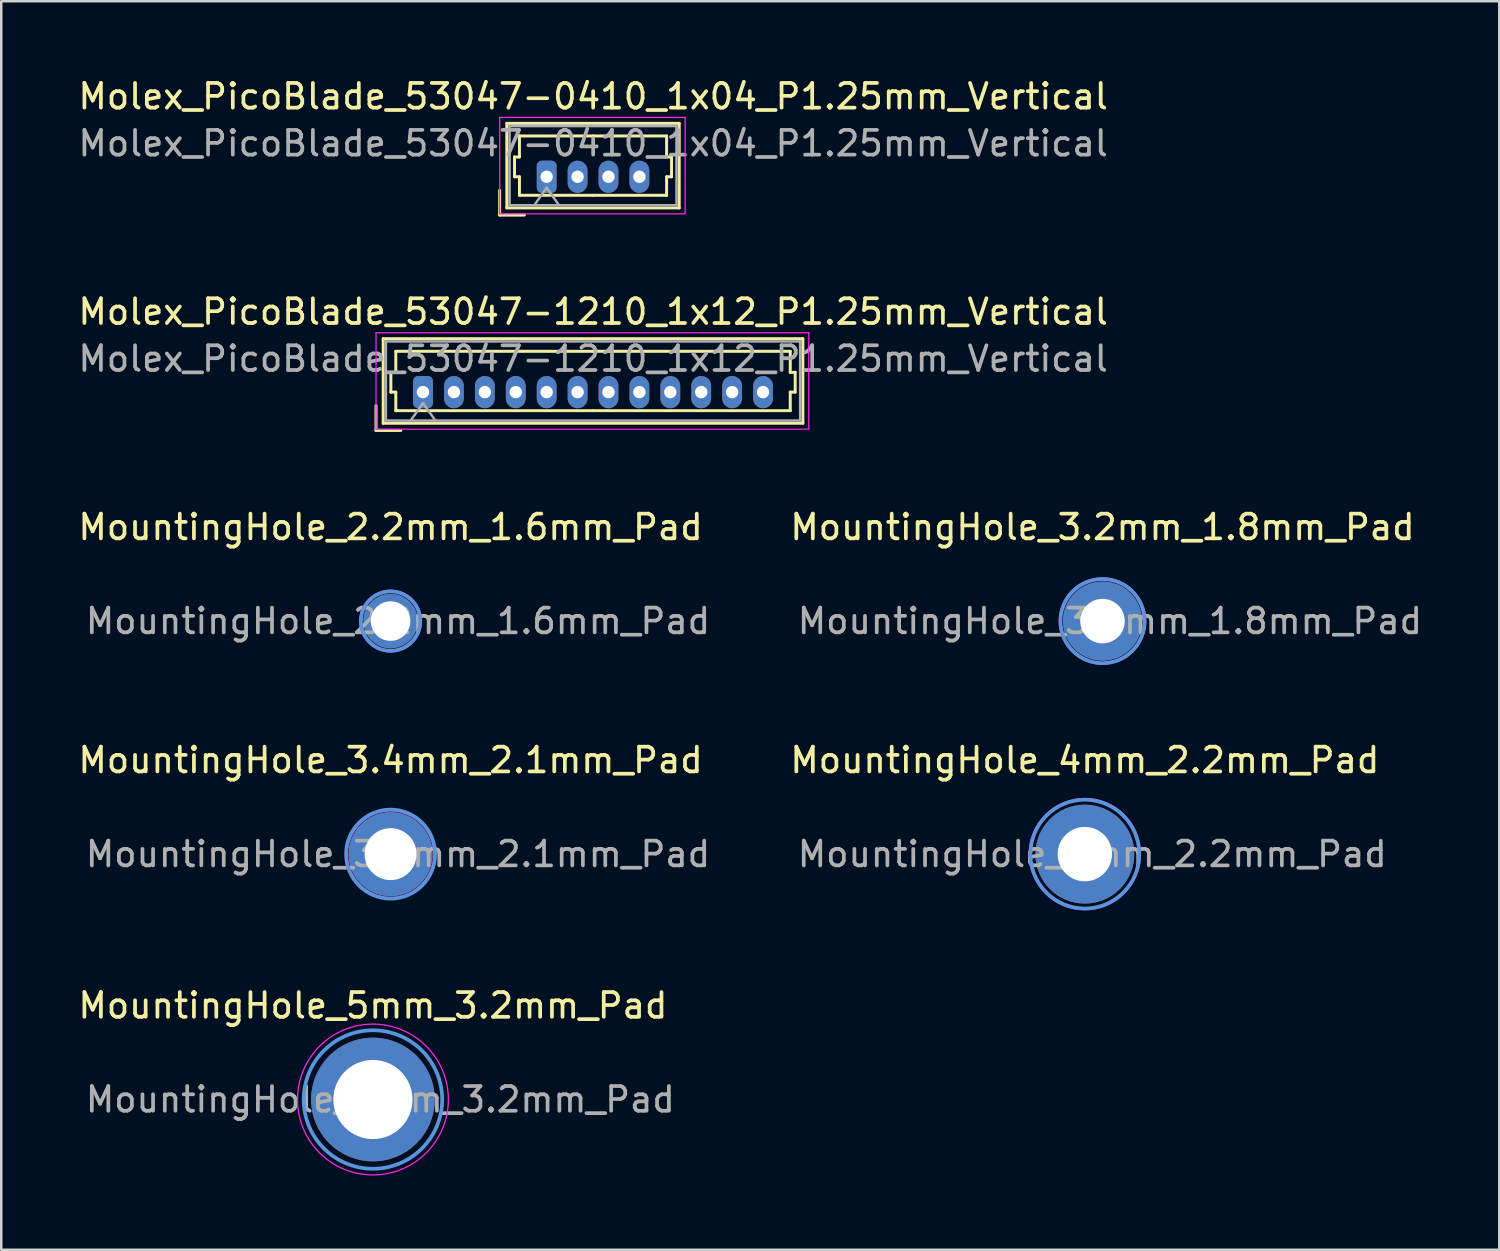
<source format=kicad_pcb>
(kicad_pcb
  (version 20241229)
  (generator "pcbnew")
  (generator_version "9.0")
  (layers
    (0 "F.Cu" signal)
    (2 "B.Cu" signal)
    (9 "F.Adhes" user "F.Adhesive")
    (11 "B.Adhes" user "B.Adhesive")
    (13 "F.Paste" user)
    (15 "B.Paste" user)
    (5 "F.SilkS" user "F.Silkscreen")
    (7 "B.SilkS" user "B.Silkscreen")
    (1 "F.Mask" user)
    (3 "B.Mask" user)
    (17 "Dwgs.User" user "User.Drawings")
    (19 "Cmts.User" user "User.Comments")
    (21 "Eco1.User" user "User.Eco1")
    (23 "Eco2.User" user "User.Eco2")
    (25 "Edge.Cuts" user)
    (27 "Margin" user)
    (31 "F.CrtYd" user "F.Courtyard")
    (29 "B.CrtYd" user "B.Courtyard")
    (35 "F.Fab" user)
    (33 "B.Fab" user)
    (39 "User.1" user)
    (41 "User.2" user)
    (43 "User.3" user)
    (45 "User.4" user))
  (footprint "Molex_PicoBlade_53047-0410_1x04_P1.25mm_Vertical"
    (layer "F.Cu")
    (at 19.055 4.098)
    (property "Reference" "Molex_PicoBlade_53047-0410_1x04_P1.25mm_Vertical" (at 1.88 -3.25 0) (layer "F.SilkS") (effects (font (size 1 1) (thickness 0.15))))
    (attr through_hole)
    (fp_line (start -1.9 1.55) (end -1.9 0.55) (stroke (width 0.12) (type solid)) (layer "F.SilkS"))
    (fp_line (start -1.9 1.55) (end -0.9 1.55) (stroke (width 0.12) (type solid)) (layer "F.SilkS"))
    (fp_line (start -1.61 -2.16) (end -1.61 1.26) (stroke (width 0.12) (type solid)) (layer "F.SilkS"))
    (fp_line (start -1.61 1.26) (end 5.36 1.26) (stroke (width 0.12) (type solid)) (layer "F.SilkS"))
    (fp_line (start -1.3 -0.8) (end -1.1 -0.8) (stroke (width 0.12) (type solid)) (layer "F.SilkS"))
    (fp_line (start -1.3 0) (end -1.3 -0.8) (stroke (width 0.12) (type solid)) (layer "F.SilkS"))
    (fp_line (start -1.1 -1.65) (end 1.875 -1.65) (stroke (width 0.12) (type solid)) (layer "F.SilkS"))
    (fp_line (start -1.1 -0.8) (end -1.1 -1.65) (stroke (width 0.12) (type solid)) (layer "F.SilkS"))
    (fp_line (start -1.1 0) (end -1.3 0) (stroke (width 0.12) (type solid)) (layer "F.SilkS"))
    (fp_line (start -1.1 0.75) (end -1.1 0) (stroke (width 0.12) (type solid)) (layer "F.SilkS"))
    (fp_line (start 1.875 0.75) (end -1.1 0.75) (stroke (width 0.12) (type solid)) (layer "F.SilkS"))
    (fp_line (start 1.875 0.75) (end 4.85 0.75) (stroke (width 0.12) (type solid)) (layer "F.SilkS"))
    (fp_line (start 4.85 -1.65) (end 1.875 -1.65) (stroke (width 0.12) (type solid)) (layer "F.SilkS"))
    (fp_line (start 4.85 -0.8) (end 4.85 -1.65) (stroke (width 0.12) (type solid)) (layer "F.SilkS"))
    (fp_line (start 4.85 0) (end 5.05 0) (stroke (width 0.12) (type solid)) (layer "F.SilkS"))
    (fp_line (start 4.85 0.75) (end 4.85 0) (stroke (width 0.12) (type solid)) (layer "F.SilkS"))
    (fp_line (start 5.05 -0.8) (end 4.85 -0.8) (stroke (width 0.12) (type solid)) (layer "F.SilkS"))
    (fp_line (start 5.05 0) (end 5.05 -0.8) (stroke (width 0.12) (type solid)) (layer "F.SilkS"))
    (fp_line (start 5.36 -2.16) (end -1.61 -2.16) (stroke (width 0.12) (type solid)) (layer "F.SilkS"))
    (fp_line (start 5.36 1.26) (end 5.36 -2.16) (stroke (width 0.12) (type solid)) (layer "F.SilkS"))
    (fp_line (start -1.9 -2.4) (end -1.9 1.5) (stroke (width 0.05) (type solid)) (layer "F.CrtYd"))
    (fp_line (start -1.9 1.5) (end 5.6 1.5) (stroke (width 0.05) (type solid)) (layer "F.CrtYd"))
    (fp_line (start 5.6 -2.4) (end -1.9 -2.4) (stroke (width 0.05) (type solid)) (layer "F.CrtYd"))
    (fp_line (start 5.6 1.5) (end 5.6 -2.4) (stroke (width 0.05) (type solid)) (layer "F.CrtYd"))
    (fp_line (start -1.5 -2.05) (end -1.5 1.15) (stroke (width 0.1) (type solid)) (layer "F.Fab"))
    (fp_line (start -1.5 1.15) (end 5.25 1.15) (stroke (width 0.1) (type solid)) (layer "F.Fab"))
    (fp_line (start -0.5 1.15) (end 0 0.443) (stroke (width 0.1) (type solid)) (layer "F.Fab"))
    (fp_line (start 0 0.443) (end 0.5 1.15) (stroke (width 0.1) (type solid)) (layer "F.Fab"))
    (fp_line (start 5.25 -2.05) (end -1.5 -2.05) (stroke (width 0.1) (type solid)) (layer "F.Fab"))
    (fp_line (start 5.25 1.15) (end 5.25 -2.05) (stroke (width 0.1) (type solid)) (layer "F.Fab"))
    (fp_text user "${REFERENCE}" (at 1.88 -1.35 0) (layer "F.Fab") (effects (font (size 1 1) (thickness 0.15))))
    (pad "1" thru_hole roundrect (at 0 0) (size 0.8 1.3) (drill 0.5) (layers "*.Cu" "*.Mask") (roundrect_rratio 0.25))
    (pad "2" thru_hole oval (at 1.25 0) (size 0.8 1.3) (drill 0.5) (layers "*.Cu" "*.Mask"))
    (pad "3" thru_hole oval (at 2.5 0) (size 0.8 1.3) (drill 0.5) (layers "*.Cu" "*.Mask"))
    (pad "4" thru_hole oval (at 3.75 0) (size 0.8 1.3) (drill 0.5) (layers "*.Cu" "*.Mask")))
  (footprint "MountingHole_3.2mm_1.8mm_Pad"
    (layer "F.Cu")
    (at 41.532 22.065)
    (property "Reference" "MountingHole_3.2mm_1.8mm_Pad" (at 0 -3.8 0) (layer "F.SilkS") (effects (font (size 1 1) (thickness 0.15))))
    (attr exclude_from_pos_files exclude_from_bom)
    (fp_circle (center 0 0) (end 1.7 0) (stroke (width 0.15) (type solid)) (fill no) (layer "Cmts.User"))
    (fp_circle (center 0 0) (end 1.75 0) (stroke (width 0.05) (type solid)) (fill no) (layer "F.CrtYd"))
    (fp_text user "${REFERENCE}" (at 0.3 0 0) (layer "F.Fab") (effects (font (size 1 1) (thickness 0.15))))
    (pad "1" thru_hole circle (at 0 0) (size 3.2 3.2) (drill 1.8) (layers "*.Cu" "*.Mask")))
  (footprint "MountingHole_3.4mm_2.1mm_Pad"
    (layer "F.Cu")
    (at 12.744 31.488)
    (property "Reference" "MountingHole_3.4mm_2.1mm_Pad" (at 0 -3.8 0) (layer "F.SilkS") (effects (font (size 1 1) (thickness 0.15))))
    (attr exclude_from_pos_files exclude_from_bom)
    (fp_circle (center 0 0) (end 1.8 0) (stroke (width 0.15) (type solid)) (fill no) (layer "Cmts.User"))
    (fp_circle (center 0 0) (end 1.75 0) (stroke (width 0.05) (type solid)) (fill no) (layer "F.CrtYd"))
    (fp_text user "${REFERENCE}" (at 0.3 0 0) (layer "F.Fab") (effects (font (size 1 1) (thickness 0.15))))
    (pad "1" thru_hole circle (at 0 0) (size 3.4 3.4) (drill 2.1) (layers "*.Cu" "*.Mask")))
  (footprint "Molex_PicoBlade_53047-1210_1x12_P1.25mm_Vertical"
    (layer "F.Cu")
    (at 14.055 12.806)
    (property "Reference" "Molex_PicoBlade_53047-1210_1x12_P1.25mm_Vertical" (at 6.88 -3.25 0) (layer "F.SilkS") (effects (font (size 1 1) (thickness 0.15))))
    (attr through_hole)
    (fp_line (start -1.9 1.55) (end -1.9 0.55) (stroke (width 0.12) (type solid)) (layer "F.SilkS"))
    (fp_line (start -1.9 1.55) (end -0.9 1.55) (stroke (width 0.12) (type solid)) (layer "F.SilkS"))
    (fp_line (start -1.61 -2.16) (end -1.61 1.26) (stroke (width 0.12) (type solid)) (layer "F.SilkS"))
    (fp_line (start -1.61 1.26) (end 15.36 1.26) (stroke (width 0.12) (type solid)) (layer "F.SilkS"))
    (fp_line (start -1.3 -0.8) (end -1.1 -0.8) (stroke (width 0.12) (type solid)) (layer "F.SilkS"))
    (fp_line (start -1.3 0) (end -1.3 -0.8) (stroke (width 0.12) (type solid)) (layer "F.SilkS"))
    (fp_line (start -1.1 -1.65) (end 6.875 -1.65) (stroke (width 0.12) (type solid)) (layer "F.SilkS"))
    (fp_line (start -1.1 -0.8) (end -1.1 -1.65) (stroke (width 0.12) (type solid)) (layer "F.SilkS"))
    (fp_line (start -1.1 0) (end -1.3 0) (stroke (width 0.12) (type solid)) (layer "F.SilkS"))
    (fp_line (start -1.1 0.75) (end -1.1 0) (stroke (width 0.12) (type solid)) (layer "F.SilkS"))
    (fp_line (start 6.875 0.75) (end -1.1 0.75) (stroke (width 0.12) (type solid)) (layer "F.SilkS"))
    (fp_line (start 6.875 0.75) (end 14.85 0.75) (stroke (width 0.12) (type solid)) (layer "F.SilkS"))
    (fp_line (start 14.85 -1.65) (end 6.875 -1.65) (stroke (width 0.12) (type solid)) (layer "F.SilkS"))
    (fp_line (start 14.85 -0.8) (end 14.85 -1.65) (stroke (width 0.12) (type solid)) (layer "F.SilkS"))
    (fp_line (start 14.85 0) (end 15.05 0) (stroke (width 0.12) (type solid)) (layer "F.SilkS"))
    (fp_line (start 14.85 0.75) (end 14.85 0) (stroke (width 0.12) (type solid)) (layer "F.SilkS"))
    (fp_line (start 15.05 -0.8) (end 14.85 -0.8) (stroke (width 0.12) (type solid)) (layer "F.SilkS"))
    (fp_line (start 15.05 0) (end 15.05 -0.8) (stroke (width 0.12) (type solid)) (layer "F.SilkS"))
    (fp_line (start 15.36 -2.16) (end -1.61 -2.16) (stroke (width 0.12) (type solid)) (layer "F.SilkS"))
    (fp_line (start 15.36 1.26) (end 15.36 -2.16) (stroke (width 0.12) (type solid)) (layer "F.SilkS"))
    (fp_line (start -1.9 -2.4) (end -1.9 1.5) (stroke (width 0.05) (type solid)) (layer "F.CrtYd"))
    (fp_line (start -1.9 1.5) (end 15.6 1.5) (stroke (width 0.05) (type solid)) (layer "F.CrtYd"))
    (fp_line (start 15.6 -2.4) (end -1.9 -2.4) (stroke (width 0.05) (type solid)) (layer "F.CrtYd"))
    (fp_line (start 15.6 1.5) (end 15.6 -2.4) (stroke (width 0.05) (type solid)) (layer "F.CrtYd"))
    (fp_line (start -1.5 -2.05) (end -1.5 1.15) (stroke (width 0.1) (type solid)) (layer "F.Fab"))
    (fp_line (start -1.5 1.15) (end 15.25 1.15) (stroke (width 0.1) (type solid)) (layer "F.Fab"))
    (fp_line (start -0.5 1.15) (end 0 0.443) (stroke (width 0.1) (type solid)) (layer "F.Fab"))
    (fp_line (start 0 0.443) (end 0.5 1.15) (stroke (width 0.1) (type solid)) (layer "F.Fab"))
    (fp_line (start 15.25 -2.05) (end -1.5 -2.05) (stroke (width 0.1) (type solid)) (layer "F.Fab"))
    (fp_line (start 15.25 1.15) (end 15.25 -2.05) (stroke (width 0.1) (type solid)) (layer "F.Fab"))
    (fp_text user "${REFERENCE}" (at 6.88 -1.35 0) (layer "F.Fab") (effects (font (size 1 1) (thickness 0.15))))
    (pad "1" thru_hole roundrect (at 0 0) (size 0.8 1.3) (drill 0.5) (layers "*.Cu" "*.Mask") (roundrect_rratio 0.25))
    (pad "2" thru_hole oval (at 1.25 0) (size 0.8 1.3) (drill 0.5) (layers "*.Cu" "*.Mask"))
    (pad "3" thru_hole oval (at 2.5 0) (size 0.8 1.3) (drill 0.5) (layers "*.Cu" "*.Mask"))
    (pad "4" thru_hole oval (at 3.75 0) (size 0.8 1.3) (drill 0.5) (layers "*.Cu" "*.Mask"))
    (pad "5" thru_hole oval (at 5 0) (size 0.8 1.3) (drill 0.5) (layers "*.Cu" "*.Mask"))
    (pad "6" thru_hole oval (at 6.25 0) (size 0.8 1.3) (drill 0.5) (layers "*.Cu" "*.Mask"))
    (pad "7" thru_hole oval (at 7.5 0) (size 0.8 1.3) (drill 0.5) (layers "*.Cu" "*.Mask"))
    (pad "8" thru_hole oval (at 8.75 0) (size 0.8 1.3) (drill 0.5) (layers "*.Cu" "*.Mask"))
    (pad "9" thru_hole oval (at 10 0) (size 0.8 1.3) (drill 0.5) (layers "*.Cu" "*.Mask"))
    (pad "10" thru_hole oval (at 11.25 0) (size 0.8 1.3) (drill 0.5) (layers "*.Cu" "*.Mask"))
    (pad "11" thru_hole oval (at 12.5 0) (size 0.8 1.3) (drill 0.5) (layers "*.Cu" "*.Mask"))
    (pad "12" thru_hole oval (at 13.75 0) (size 0.8 1.3) (drill 0.5) (layers "*.Cu" "*.Mask")))
  (footprint "MountingHole_2.2mm_1.6mm_Pad"
    (layer "F.Cu")
    (at 12.744 22.065)
    (property "Reference" "MountingHole_2.2mm_1.6mm_Pad" (at 0 -3.8 0) (layer "F.SilkS") (effects (font (size 1 1) (thickness 0.15))))
    (attr exclude_from_pos_files exclude_from_bom)
    (fp_circle (center 0 0) (end 1.2 0) (stroke (width 0.15) (type solid)) (fill no) (layer "Cmts.User"))
    (fp_circle (center 0 0) (end 1.25 0) (stroke (width 0.05) (type solid)) (fill no) (layer "F.CrtYd"))
    (fp_text user "${REFERENCE}" (at 0.3 0 0) (layer "F.Fab") (effects (font (size 1 1) (thickness 0.15))))
    (pad "1" thru_hole circle (at 0 0) (size 2.2 2.2) (drill 1.6) (layers "*.Cu" "*.Mask")))
  (footprint "MountingHole_4mm_2.2mm_Pad"
    (layer "F.Cu")
    (at 40.818 31.488)
    (property "Reference" "MountingHole_4mm_2.2mm_Pad" (at 0 -3.8 0) (layer "F.SilkS") (effects (font (size 1 1) (thickness 0.15))))
    (attr exclude_from_pos_files exclude_from_bom)
    (fp_circle (center 0 0) (end 2.2 0) (stroke (width 0.15) (type solid)) (fill no) (layer "Cmts.User"))
    (fp_circle (center 0 0) (end 2.25 0) (stroke (width 0.05) (type solid)) (fill no) (layer "F.CrtYd"))
    (fp_text user "${REFERENCE}" (at 0.3 0 0) (layer "F.Fab") (effects (font (size 1 1) (thickness 0.15))))
    (pad "1" thru_hole circle (at 0 0) (size 4 4) (drill 2.2) (layers "*.Cu" "*.Mask")))
  (footprint "MountingHole_5mm_3.2mm_Pad"
    (layer "F.Cu")
    (at 12.03 41.411)
    (property "Reference" "MountingHole_5mm_3.2mm_Pad" (at 0 -3.8 0) (layer "F.SilkS") (effects (font (size 1 1) (thickness 0.15))))
    (attr exclude_from_pos_files exclude_from_bom)
    (fp_circle (center 0 0) (end 2.8 0) (stroke (width 0.15) (type solid)) (fill no) (layer "Cmts.User"))
    (fp_circle (center 0 0) (end 3.05 0) (stroke (width 0.05) (type solid)) (fill no) (layer "F.CrtYd"))
    (fp_text user "${REFERENCE}" (at 0.3 0 0) (layer "F.Fab") (effects (font (size 1 1) (thickness 0.15))))
    (pad "1" thru_hole circle (at 0 0) (size 5 5) (drill 3.2) (layers "*.Cu" "*.Mask")))
  (gr_rect
    (start -3 -3)
    (end 57.576 47.486)
    (stroke (width 0.1) (type default))
    (fill no)
    (layer "Edge.Cuts")))
</source>
